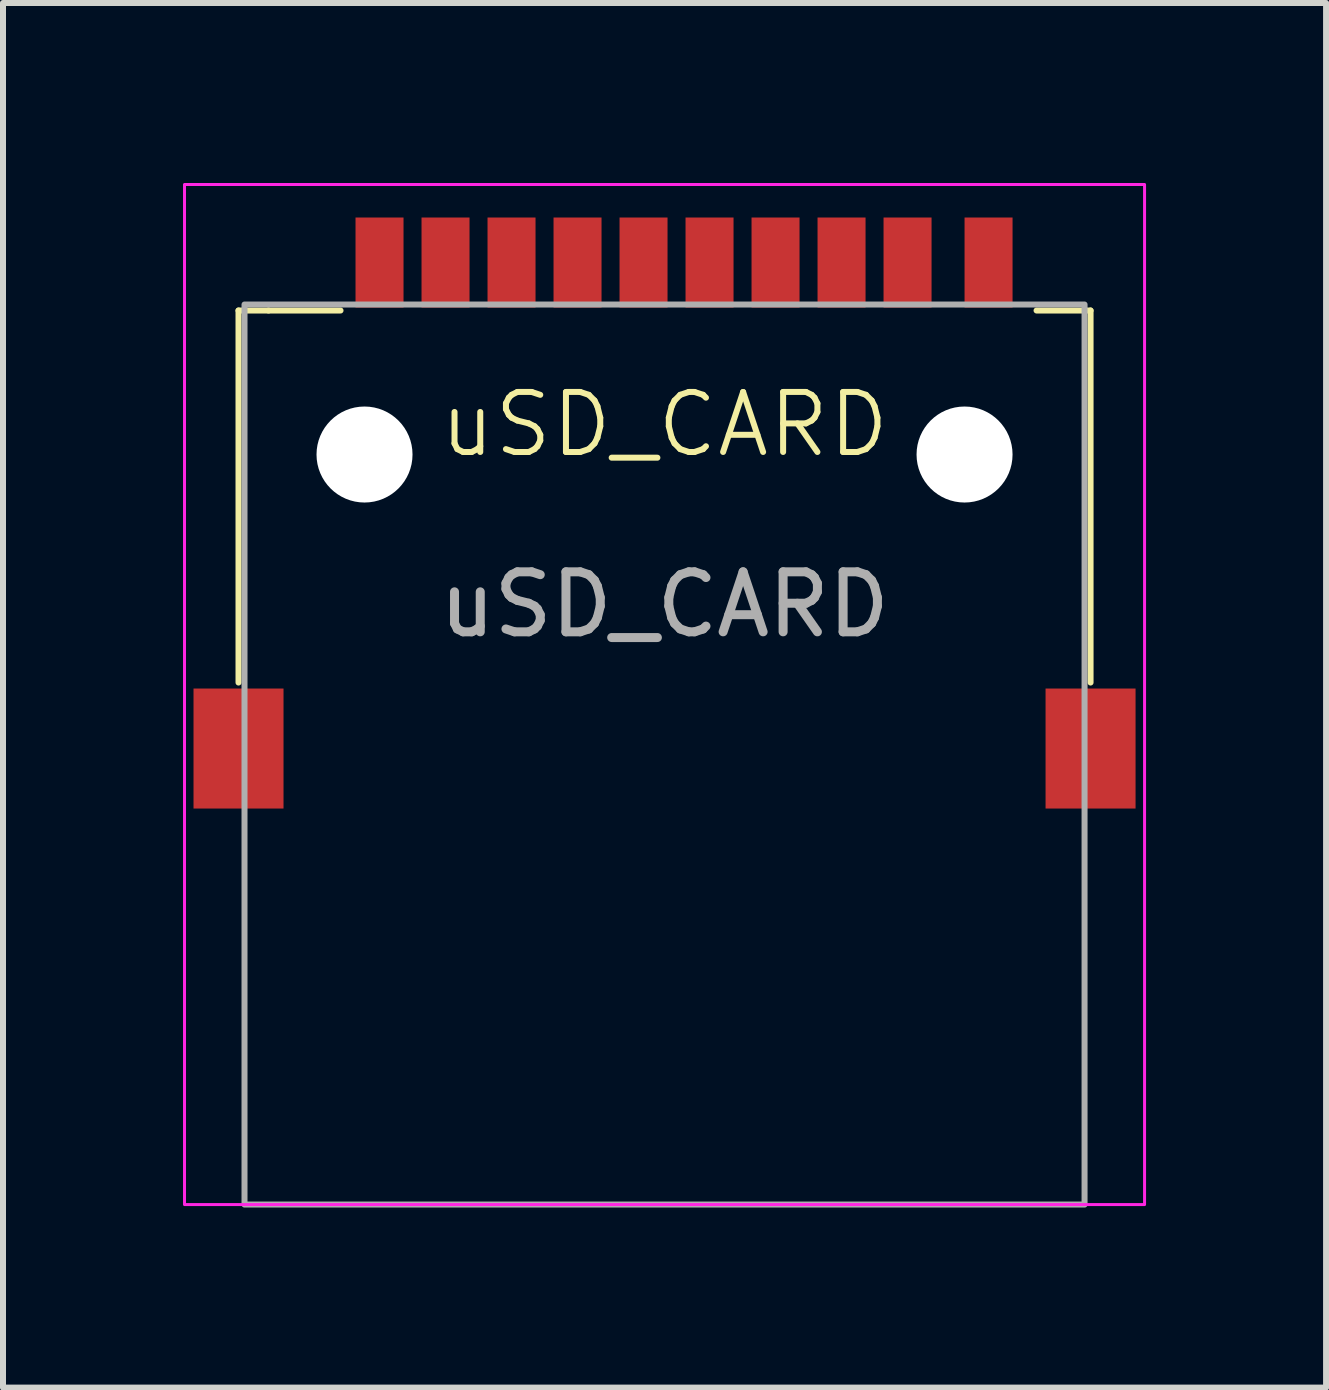
<source format=kicad_pcb>
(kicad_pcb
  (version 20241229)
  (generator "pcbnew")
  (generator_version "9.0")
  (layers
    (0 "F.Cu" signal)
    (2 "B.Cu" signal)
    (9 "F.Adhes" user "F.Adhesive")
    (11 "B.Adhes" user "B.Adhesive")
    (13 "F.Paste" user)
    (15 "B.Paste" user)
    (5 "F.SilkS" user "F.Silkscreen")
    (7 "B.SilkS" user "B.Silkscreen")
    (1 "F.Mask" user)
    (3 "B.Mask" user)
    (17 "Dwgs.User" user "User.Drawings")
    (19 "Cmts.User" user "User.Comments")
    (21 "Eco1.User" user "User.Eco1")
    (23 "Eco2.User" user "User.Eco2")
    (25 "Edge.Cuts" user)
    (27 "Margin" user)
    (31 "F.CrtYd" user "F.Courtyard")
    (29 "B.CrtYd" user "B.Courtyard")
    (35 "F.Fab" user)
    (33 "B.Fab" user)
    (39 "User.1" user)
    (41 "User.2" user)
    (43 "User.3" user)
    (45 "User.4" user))
  (footprint "uSD_CARD"
    (layer "F.Cu")
    (at 8.025 4.525)
    (property "Reference" "uSD_CARD" (at 0 -0.5 0) (unlocked yes) (layer "F.SilkS") (effects (font (size 1 1) (thickness 0.1))))
    (attr smd)
    (fp_line (start -7.1 -2.4) (end -6.6 -2.4) (stroke (width 0.1) (type default)) (layer "F.SilkS"))
    (fp_line (start -7.1 3.8) (end -7.1 -2.4) (stroke (width 0.1) (type default)) (layer "F.SilkS"))
    (fp_line (start -5.4 -2.4) (end -6.6 -2.4) (stroke (width 0.1) (type default)) (layer "F.SilkS"))
    (fp_line (start 7.1 -2.4) (end 6.2 -2.4) (stroke (width 0.1) (type default)) (layer "F.SilkS"))
    (fp_line (start 7.1 3.8) (end 7.1 -2.4) (stroke (width 0.1) (type default)) (layer "F.SilkS"))
    (fp_rect (start -8 -4.5) (end 8 12.5) (stroke (width 0.05) (type default)) (fill no) (layer "F.CrtYd"))
    (fp_rect (start -7 -2.5) (end 7 12.5) (stroke (width 0.1) (type default)) (fill no) (layer "F.Fab"))
    (fp_text user "${REFERENCE}" (at 0 2.5 0) (unlocked yes) (layer "F.Fab") (effects (font (size 1 1) (thickness 0.15))))
    (pad "" np_thru_hole circle (at -5 0 180) (size 1.6 1.6) (drill 1.6) (layers "*.Cu" "*.Mask"))
    (pad "" np_thru_hole circle (at 5 0 180) (size 1.6 1.6) (drill 1.6) (layers "*.Cu" "*.Mask"))
    (pad "1" smd rect (at 2.95 -3.2 90) (size 1.5 0.8) (layers "F.Cu" "F.Mask" "F.Paste"))
    (pad "2" smd rect (at 1.85 -3.2 90) (size 1.5 0.8) (layers "F.Cu" "F.Mask" "F.Paste"))
    (pad "3" smd rect (at 0.75 -3.2 90) (size 1.5 0.8) (layers "F.Cu" "F.Mask" "F.Paste"))
    (pad "4" smd rect (at -0.35 -3.2 90) (size 1.5 0.8) (layers "F.Cu" "F.Mask" "F.Paste"))
    (pad "5" smd rect (at -1.45 -3.2 90) (size 1.5 0.8) (layers "F.Cu" "F.Mask" "F.Paste"))
    (pad "6" smd rect (at -2.55 -3.2 90) (size 1.5 0.8) (layers "F.Cu" "F.Mask" "F.Paste"))
    (pad "7" smd rect (at -3.65 -3.2 90) (size 1.5 0.8) (layers "F.Cu" "F.Mask" "F.Paste"))
    (pad "8" smd rect (at -4.75 -3.2 90) (size 1.5 0.8) (layers "F.Cu" "F.Mask" "F.Paste"))
    (pad "9" smd rect (at 4.05 -3.2 90) (size 1.5 0.8) (layers "F.Cu" "F.Mask" "F.Paste"))
    (pad "10" smd rect (at 5.4 -3.2 90) (size 1.5 0.8) (layers "F.Cu" "F.Mask" "F.Paste"))
    (pad "11" smd rect (at -7.1 4.9 180) (size 1.5 2) (layers "F.Cu" "F.Mask" "F.Paste"))
    (pad "11" smd rect (at 7.1 4.9 180) (size 1.5 2) (layers "F.Cu" "F.Mask" "F.Paste")))
  (gr_rect
    (start -3 -3)
    (end 19.05 20.075)
    (stroke (width 0.1) (type default))
    (fill no)
    (layer "Edge.Cuts")))
</source>
